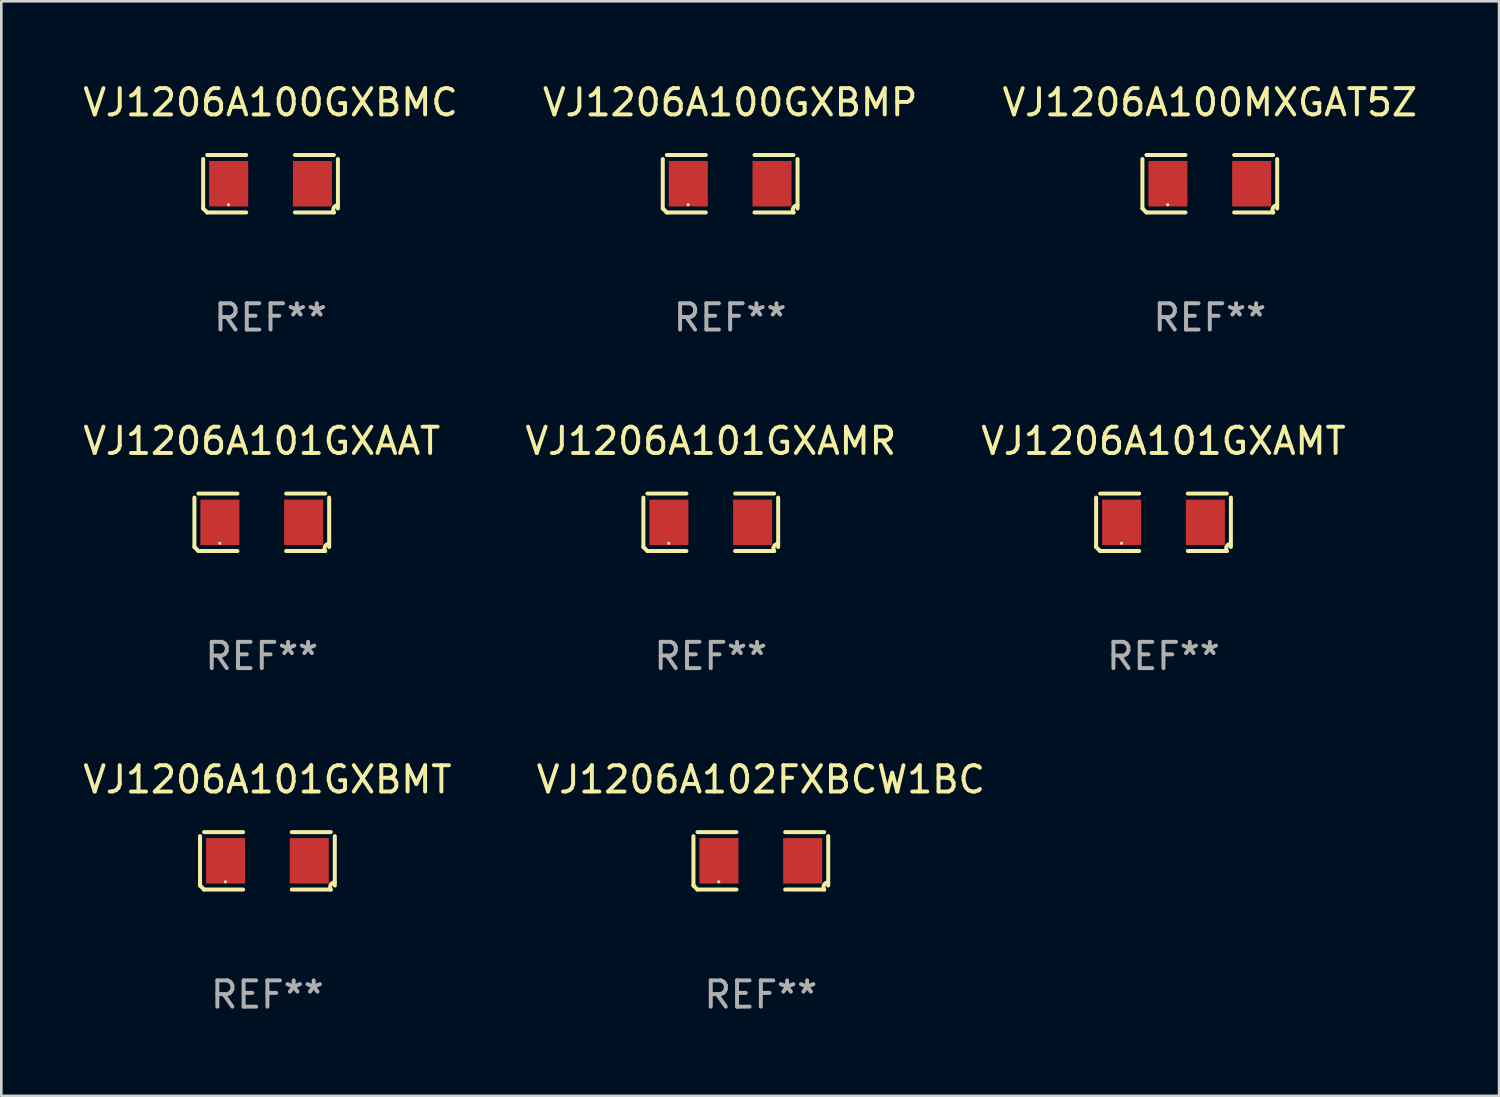
<source format=kicad_pcb>
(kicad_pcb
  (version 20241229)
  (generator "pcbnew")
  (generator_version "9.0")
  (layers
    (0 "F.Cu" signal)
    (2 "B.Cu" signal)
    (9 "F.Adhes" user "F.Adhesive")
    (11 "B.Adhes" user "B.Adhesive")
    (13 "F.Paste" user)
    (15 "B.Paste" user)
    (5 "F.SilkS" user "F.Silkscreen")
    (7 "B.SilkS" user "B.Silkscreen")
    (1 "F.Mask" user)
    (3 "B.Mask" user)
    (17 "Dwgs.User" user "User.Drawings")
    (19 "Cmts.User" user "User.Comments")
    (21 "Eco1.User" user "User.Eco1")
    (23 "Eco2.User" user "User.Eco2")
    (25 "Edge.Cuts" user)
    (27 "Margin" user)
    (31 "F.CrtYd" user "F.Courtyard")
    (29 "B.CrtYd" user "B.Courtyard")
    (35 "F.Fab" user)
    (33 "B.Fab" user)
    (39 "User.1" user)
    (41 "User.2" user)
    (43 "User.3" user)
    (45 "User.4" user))
  (footprint "VJ1206A101GXAMT"
    (layer "F.Cu")
    (at 41.22 16.823)
    (property "Reference" "VJ1206A101GXAMT" (at 0 -3.093 0) (layer "F.SilkS") (effects (font (size 1 1) (thickness 0.15))))
    (attr through_hole)
    (fp_line (start -2.564 0.94) (end -2.564 -0.94) (stroke (width 0.152) (type solid)) (layer "F.SilkS"))
    (fp_line (start -2.411 -1.093) (end -0.926 -1.093) (stroke (width 0.152) (type solid)) (layer "F.SilkS"))
    (fp_line (start -0.926 1.093) (end -2.411 1.093) (stroke (width 0.152) (type solid)) (layer "F.SilkS"))
    (fp_line (start 0.926 1.093) (end 2.411 1.093) (stroke (width 0.152) (type solid)) (layer "F.SilkS"))
    (fp_line (start 2.411 -1.093) (end 0.926 -1.093) (stroke (width 0.152) (type solid)) (layer "F.SilkS"))
    (fp_line (start 2.564 0.94) (end 2.564 -0.94) (stroke (width 0.152) (type solid)) (layer "F.SilkS"))
    (fp_arc (start -2.411201 1.092609) (mid -2.487413 1.01642) (end -2.563602 0.940208) (stroke (width 0.1524) (type solid)) (layer "F.SilkS"))
    (fp_arc (start 2.411201 1.092609) (mid 2.407159 0.911226) (end 2.563602 0.819347) (stroke (width 0.1524) (type solid)) (layer "F.SilkS"))
    (fp_circle (center -1.6 0.8) (end -1.57 0.8) (stroke (width 0.06) (type solid)) (fill no) (layer "F.SilkS"))
    (fp_text user "REF**" (at 0 5.093 0) (layer "F.Fab") (effects (font (size 1 1) (thickness 0.15))))
    (pad "1" smd rect (at -1.593 0) (size 1.485 1.728) (layers "F.Cu" "F.Mask" "F.Paste"))
    (pad "2" smd rect (at 1.593 0) (size 1.485 1.728) (layers "F.Cu" "F.Mask" "F.Paste")))
  (footprint "VJ1206A100MXGAT5Z"
    (layer "F.Cu")
    (at 42.982 3.941)
    (property "Reference" "VJ1206A100MXGAT5Z" (at 0 -3.093 0) (layer "F.SilkS") (effects (font (size 1 1) (thickness 0.15))))
    (attr through_hole)
    (fp_line (start -2.564 0.94) (end -2.564 -0.94) (stroke (width 0.152) (type solid)) (layer "F.SilkS"))
    (fp_line (start -2.411 -1.093) (end -0.926 -1.093) (stroke (width 0.152) (type solid)) (layer "F.SilkS"))
    (fp_line (start -0.926 1.093) (end -2.411 1.093) (stroke (width 0.152) (type solid)) (layer "F.SilkS"))
    (fp_line (start 0.926 1.093) (end 2.411 1.093) (stroke (width 0.152) (type solid)) (layer "F.SilkS"))
    (fp_line (start 2.411 -1.093) (end 0.926 -1.093) (stroke (width 0.152) (type solid)) (layer "F.SilkS"))
    (fp_line (start 2.564 0.94) (end 2.564 -0.94) (stroke (width 0.152) (type solid)) (layer "F.SilkS"))
    (fp_arc (start -2.411201 1.092609) (mid -2.487413 1.01642) (end -2.563602 0.940208) (stroke (width 0.1524) (type solid)) (layer "F.SilkS"))
    (fp_arc (start 2.411201 1.092609) (mid 2.407159 0.911226) (end 2.563602 0.819347) (stroke (width 0.1524) (type solid)) (layer "F.SilkS"))
    (fp_circle (center -1.6 0.8) (end -1.57 0.8) (stroke (width 0.06) (type solid)) (fill no) (layer "F.SilkS"))
    (fp_text user "REF**" (at 0 5.093 0) (layer "F.Fab") (effects (font (size 1 1) (thickness 0.15))))
    (pad "1" smd rect (at -1.593 0) (size 1.485 1.728) (layers "F.Cu" "F.Mask" "F.Paste"))
    (pad "2" smd rect (at 1.593 0) (size 1.485 1.728) (layers "F.Cu" "F.Mask" "F.Paste")))
  (footprint "VJ1206A101GXBMT"
    (layer "F.Cu")
    (at 7.125 29.704)
    (property "Reference" "VJ1206A101GXBMT" (at 0 -3.093 0) (layer "F.SilkS") (effects (font (size 1 1) (thickness 0.15))))
    (attr through_hole)
    (fp_line (start -2.564 0.94) (end -2.564 -0.94) (stroke (width 0.152) (type solid)) (layer "F.SilkS"))
    (fp_line (start -2.411 -1.093) (end -0.926 -1.093) (stroke (width 0.152) (type solid)) (layer "F.SilkS"))
    (fp_line (start -0.926 1.093) (end -2.411 1.093) (stroke (width 0.152) (type solid)) (layer "F.SilkS"))
    (fp_line (start 0.926 1.093) (end 2.411 1.093) (stroke (width 0.152) (type solid)) (layer "F.SilkS"))
    (fp_line (start 2.411 -1.093) (end 0.926 -1.093) (stroke (width 0.152) (type solid)) (layer "F.SilkS"))
    (fp_line (start 2.564 0.94) (end 2.564 -0.94) (stroke (width 0.152) (type solid)) (layer "F.SilkS"))
    (fp_arc (start -2.411201 1.092609) (mid -2.487413 1.01642) (end -2.563602 0.940208) (stroke (width 0.1524) (type solid)) (layer "F.SilkS"))
    (fp_arc (start 2.411201 1.092609) (mid 2.407159 0.911226) (end 2.563602 0.819347) (stroke (width 0.1524) (type solid)) (layer "F.SilkS"))
    (fp_circle (center -1.6 0.8) (end -1.57 0.8) (stroke (width 0.06) (type solid)) (fill no) (layer "F.SilkS"))
    (fp_text user "REF**" (at 0 5.093 0) (layer "F.Fab") (effects (font (size 1 1) (thickness 0.15))))
    (pad "1" smd rect (at -1.593 0) (size 1.485 1.728) (layers "F.Cu" "F.Mask" "F.Paste"))
    (pad "2" smd rect (at 1.593 0) (size 1.485 1.728) (layers "F.Cu" "F.Mask" "F.Paste")))
  (footprint "VJ1206A100GXBMP"
    (layer "F.Cu")
    (at 24.732 3.941)
    (property "Reference" "VJ1206A100GXBMP" (at 0 -3.093 0) (layer "F.SilkS") (effects (font (size 1 1) (thickness 0.15))))
    (attr through_hole)
    (fp_line (start -2.564 0.94) (end -2.564 -0.94) (stroke (width 0.152) (type solid)) (layer "F.SilkS"))
    (fp_line (start -2.411 -1.093) (end -0.926 -1.093) (stroke (width 0.152) (type solid)) (layer "F.SilkS"))
    (fp_line (start -0.926 1.093) (end -2.411 1.093) (stroke (width 0.152) (type solid)) (layer "F.SilkS"))
    (fp_line (start 0.926 1.093) (end 2.411 1.093) (stroke (width 0.152) (type solid)) (layer "F.SilkS"))
    (fp_line (start 2.411 -1.093) (end 0.926 -1.093) (stroke (width 0.152) (type solid)) (layer "F.SilkS"))
    (fp_line (start 2.564 0.94) (end 2.564 -0.94) (stroke (width 0.152) (type solid)) (layer "F.SilkS"))
    (fp_arc (start -2.411201 1.092609) (mid -2.487413 1.01642) (end -2.563602 0.940208) (stroke (width 0.1524) (type solid)) (layer "F.SilkS"))
    (fp_arc (start 2.411201 1.092609) (mid 2.407159 0.911226) (end 2.563602 0.819347) (stroke (width 0.1524) (type solid)) (layer "F.SilkS"))
    (fp_circle (center -1.6 0.8) (end -1.57 0.8) (stroke (width 0.06) (type solid)) (fill no) (layer "F.SilkS"))
    (fp_text user "REF**" (at 0 5.093 0) (layer "F.Fab") (effects (font (size 1 1) (thickness 0.15))))
    (pad "1" smd rect (at -1.593 0) (size 1.485 1.728) (layers "F.Cu" "F.Mask" "F.Paste"))
    (pad "2" smd rect (at 1.593 0) (size 1.485 1.728) (layers "F.Cu" "F.Mask" "F.Paste")))
  (footprint "VJ1206A100GXBMC"
    (layer "F.Cu")
    (at 7.244 3.941)
    (property "Reference" "VJ1206A100GXBMC" (at 0 -3.093 0) (layer "F.SilkS") (effects (font (size 1 1) (thickness 0.15))))
    (attr through_hole)
    (fp_line (start -2.564 0.94) (end -2.564 -0.94) (stroke (width 0.152) (type solid)) (layer "F.SilkS"))
    (fp_line (start -2.411 -1.093) (end -0.926 -1.093) (stroke (width 0.152) (type solid)) (layer "F.SilkS"))
    (fp_line (start -0.926 1.093) (end -2.411 1.093) (stroke (width 0.152) (type solid)) (layer "F.SilkS"))
    (fp_line (start 0.926 1.093) (end 2.411 1.093) (stroke (width 0.152) (type solid)) (layer "F.SilkS"))
    (fp_line (start 2.411 -1.093) (end 0.926 -1.093) (stroke (width 0.152) (type solid)) (layer "F.SilkS"))
    (fp_line (start 2.564 0.94) (end 2.564 -0.94) (stroke (width 0.152) (type solid)) (layer "F.SilkS"))
    (fp_arc (start -2.411201 1.092609) (mid -2.487413 1.01642) (end -2.563602 0.940208) (stroke (width 0.1524) (type solid)) (layer "F.SilkS"))
    (fp_arc (start 2.411201 1.092609) (mid 2.407159 0.911226) (end 2.563602 0.819347) (stroke (width 0.1524) (type solid)) (layer "F.SilkS"))
    (fp_circle (center -1.6 0.8) (end -1.57 0.8) (stroke (width 0.06) (type solid)) (fill no) (layer "F.SilkS"))
    (fp_text user "REF**" (at 0 5.093 0) (layer "F.Fab") (effects (font (size 1 1) (thickness 0.15))))
    (pad "1" smd rect (at -1.593 0) (size 1.485 1.728) (layers "F.Cu" "F.Mask" "F.Paste"))
    (pad "2" smd rect (at 1.593 0) (size 1.485 1.728) (layers "F.Cu" "F.Mask" "F.Paste")))
  (footprint "VJ1206A102FXBCW1BC"
    (layer "F.Cu")
    (at 25.899 29.704)
    (property "Reference" "VJ1206A102FXBCW1BC" (at 0 -3.093 0) (layer "F.SilkS") (effects (font (size 1 1) (thickness 0.15))))
    (attr through_hole)
    (fp_line (start -2.564 0.94) (end -2.564 -0.94) (stroke (width 0.152) (type solid)) (layer "F.SilkS"))
    (fp_line (start -2.411 -1.093) (end -0.926 -1.093) (stroke (width 0.152) (type solid)) (layer "F.SilkS"))
    (fp_line (start -0.926 1.093) (end -2.411 1.093) (stroke (width 0.152) (type solid)) (layer "F.SilkS"))
    (fp_line (start 0.926 1.093) (end 2.411 1.093) (stroke (width 0.152) (type solid)) (layer "F.SilkS"))
    (fp_line (start 2.411 -1.093) (end 0.926 -1.093) (stroke (width 0.152) (type solid)) (layer "F.SilkS"))
    (fp_line (start 2.564 0.94) (end 2.564 -0.94) (stroke (width 0.152) (type solid)) (layer "F.SilkS"))
    (fp_arc (start -2.411201 1.092609) (mid -2.487413 1.01642) (end -2.563602 0.940208) (stroke (width 0.1524) (type solid)) (layer "F.SilkS"))
    (fp_arc (start 2.411201 1.092609) (mid 2.407159 0.911226) (end 2.563602 0.819347) (stroke (width 0.1524) (type solid)) (layer "F.SilkS"))
    (fp_circle (center -1.6 0.8) (end -1.57 0.8) (stroke (width 0.06) (type solid)) (fill no) (layer "F.SilkS"))
    (fp_text user "REF**" (at 0 5.093 0) (layer "F.Fab") (effects (font (size 1 1) (thickness 0.15))))
    (pad "1" smd rect (at -1.593 0) (size 1.485 1.728) (layers "F.Cu" "F.Mask" "F.Paste"))
    (pad "2" smd rect (at 1.593 0) (size 1.485 1.728) (layers "F.Cu" "F.Mask" "F.Paste")))
  (footprint "VJ1206A101GXAAT"
    (layer "F.Cu")
    (at 6.911 16.823)
    (property "Reference" "VJ1206A101GXAAT" (at 0 -3.093 0) (layer "F.SilkS") (effects (font (size 1 1) (thickness 0.15))))
    (attr through_hole)
    (fp_line (start -2.564 0.94) (end -2.564 -0.94) (stroke (width 0.152) (type solid)) (layer "F.SilkS"))
    (fp_line (start -2.411 -1.093) (end -0.926 -1.093) (stroke (width 0.152) (type solid)) (layer "F.SilkS"))
    (fp_line (start -0.926 1.093) (end -2.411 1.093) (stroke (width 0.152) (type solid)) (layer "F.SilkS"))
    (fp_line (start 0.926 1.093) (end 2.411 1.093) (stroke (width 0.152) (type solid)) (layer "F.SilkS"))
    (fp_line (start 2.411 -1.093) (end 0.926 -1.093) (stroke (width 0.152) (type solid)) (layer "F.SilkS"))
    (fp_line (start 2.564 0.94) (end 2.564 -0.94) (stroke (width 0.152) (type solid)) (layer "F.SilkS"))
    (fp_arc (start -2.411201 1.092609) (mid -2.487413 1.01642) (end -2.563602 0.940208) (stroke (width 0.1524) (type solid)) (layer "F.SilkS"))
    (fp_arc (start 2.411201 1.092609) (mid 2.407159 0.911226) (end 2.563602 0.819347) (stroke (width 0.1524) (type solid)) (layer "F.SilkS"))
    (fp_circle (center -1.6 0.8) (end -1.57 0.8) (stroke (width 0.06) (type solid)) (fill no) (layer "F.SilkS"))
    (fp_text user "REF**" (at 0 5.093 0) (layer "F.Fab") (effects (font (size 1 1) (thickness 0.15))))
    (pad "1" smd rect (at -1.593 0) (size 1.485 1.728) (layers "F.Cu" "F.Mask" "F.Paste"))
    (pad "2" smd rect (at 1.593 0) (size 1.485 1.728) (layers "F.Cu" "F.Mask" "F.Paste")))
  (footprint "VJ1206A101GXAMR"
    (layer "F.Cu")
    (at 23.994 16.823)
    (property "Reference" "VJ1206A101GXAMR" (at 0 -3.093 0) (layer "F.SilkS") (effects (font (size 1 1) (thickness 0.15))))
    (attr through_hole)
    (fp_line (start -2.564 0.94) (end -2.564 -0.94) (stroke (width 0.152) (type solid)) (layer "F.SilkS"))
    (fp_line (start -2.411 -1.093) (end -0.926 -1.093) (stroke (width 0.152) (type solid)) (layer "F.SilkS"))
    (fp_line (start -0.926 1.093) (end -2.411 1.093) (stroke (width 0.152) (type solid)) (layer "F.SilkS"))
    (fp_line (start 0.926 1.093) (end 2.411 1.093) (stroke (width 0.152) (type solid)) (layer "F.SilkS"))
    (fp_line (start 2.411 -1.093) (end 0.926 -1.093) (stroke (width 0.152) (type solid)) (layer "F.SilkS"))
    (fp_line (start 2.564 0.94) (end 2.564 -0.94) (stroke (width 0.152) (type solid)) (layer "F.SilkS"))
    (fp_arc (start -2.411201 1.092609) (mid -2.487413 1.01642) (end -2.563602 0.940208) (stroke (width 0.1524) (type solid)) (layer "F.SilkS"))
    (fp_arc (start 2.411201 1.092609) (mid 2.407159 0.911226) (end 2.563602 0.819347) (stroke (width 0.1524) (type solid)) (layer "F.SilkS"))
    (fp_circle (center -1.6 0.8) (end -1.57 0.8) (stroke (width 0.06) (type solid)) (fill no) (layer "F.SilkS"))
    (fp_text user "REF**" (at 0 5.093 0) (layer "F.Fab") (effects (font (size 1 1) (thickness 0.15))))
    (pad "1" smd rect (at -1.593 0) (size 1.485 1.728) (layers "F.Cu" "F.Mask" "F.Paste"))
    (pad "2" smd rect (at 1.593 0) (size 1.485 1.728) (layers "F.Cu" "F.Mask" "F.Paste")))
  (gr_rect
    (start -3 -3)
    (end 53.988 38.645)
    (stroke (width 0.1) (type default))
    (fill no)
    (layer "Edge.Cuts")))
</source>
